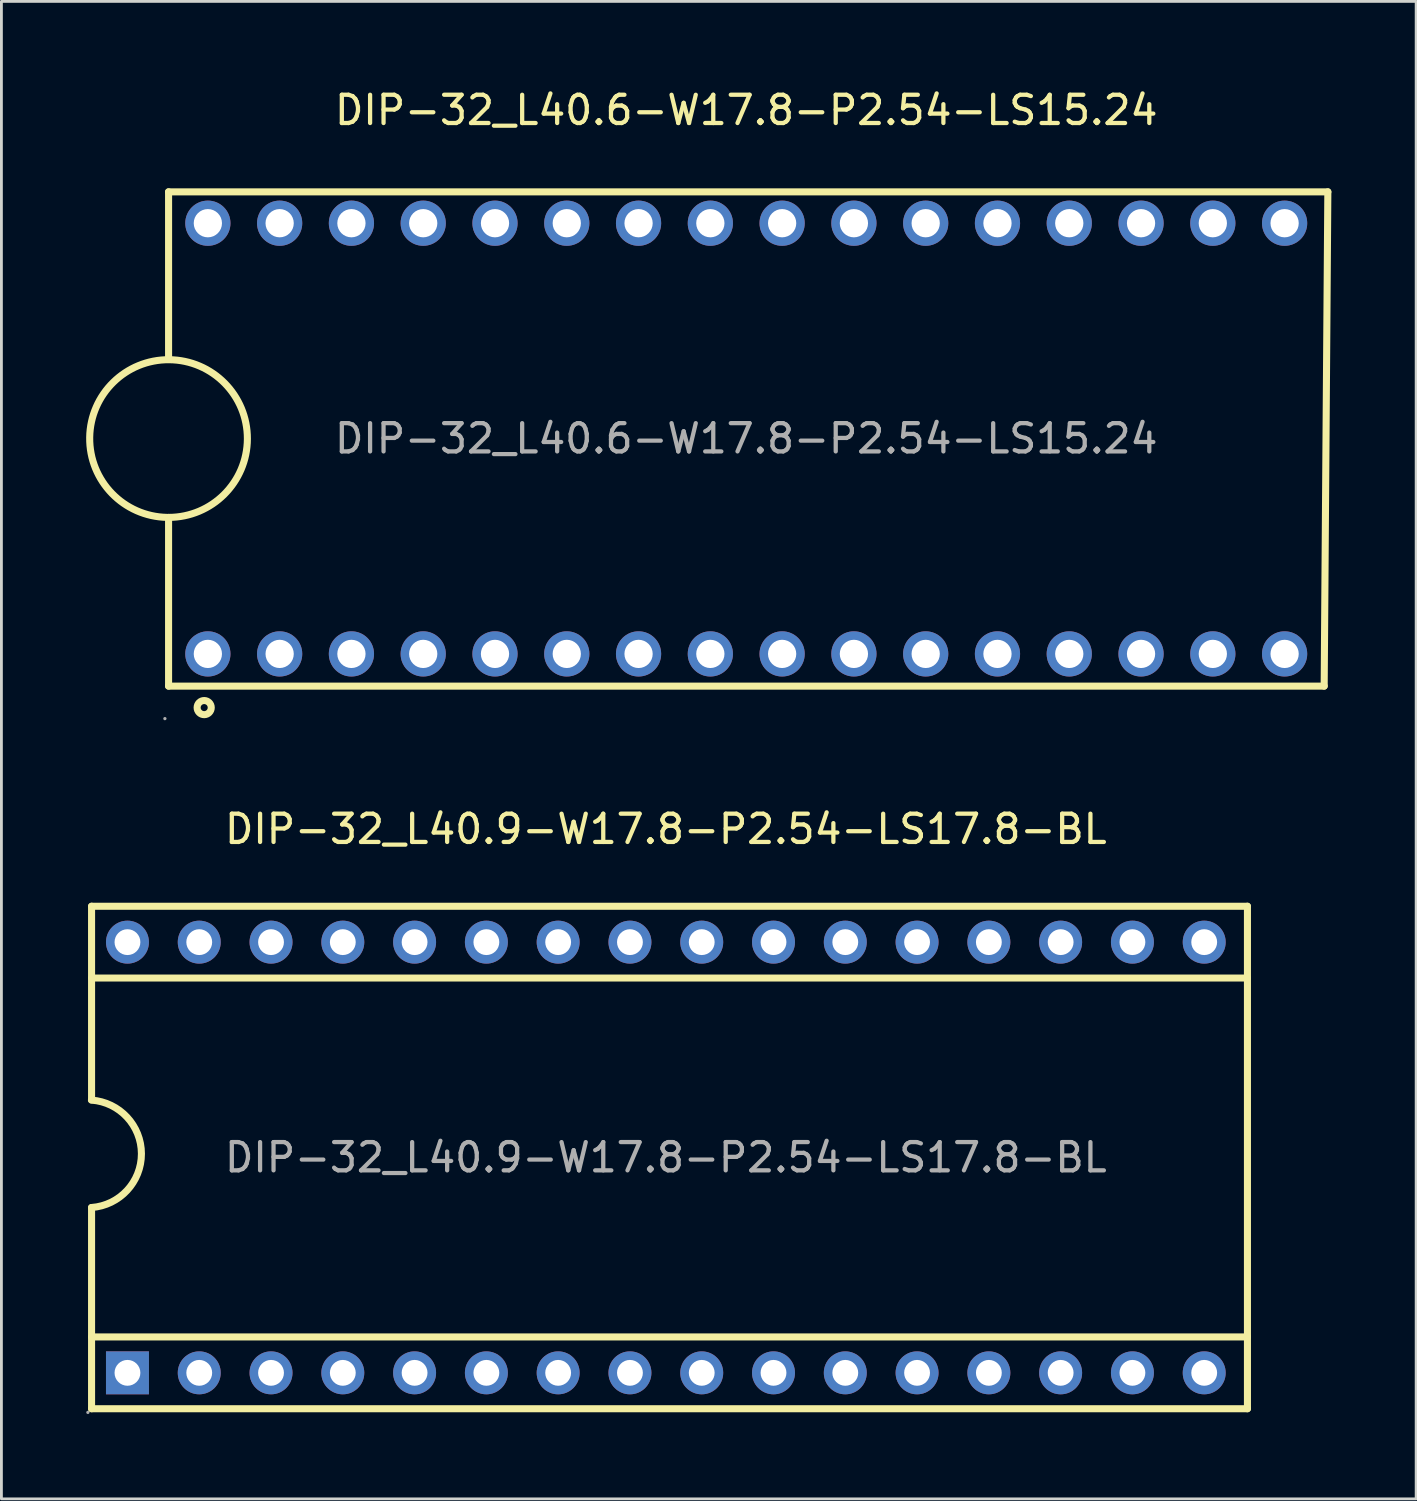
<source format=kicad_pcb>
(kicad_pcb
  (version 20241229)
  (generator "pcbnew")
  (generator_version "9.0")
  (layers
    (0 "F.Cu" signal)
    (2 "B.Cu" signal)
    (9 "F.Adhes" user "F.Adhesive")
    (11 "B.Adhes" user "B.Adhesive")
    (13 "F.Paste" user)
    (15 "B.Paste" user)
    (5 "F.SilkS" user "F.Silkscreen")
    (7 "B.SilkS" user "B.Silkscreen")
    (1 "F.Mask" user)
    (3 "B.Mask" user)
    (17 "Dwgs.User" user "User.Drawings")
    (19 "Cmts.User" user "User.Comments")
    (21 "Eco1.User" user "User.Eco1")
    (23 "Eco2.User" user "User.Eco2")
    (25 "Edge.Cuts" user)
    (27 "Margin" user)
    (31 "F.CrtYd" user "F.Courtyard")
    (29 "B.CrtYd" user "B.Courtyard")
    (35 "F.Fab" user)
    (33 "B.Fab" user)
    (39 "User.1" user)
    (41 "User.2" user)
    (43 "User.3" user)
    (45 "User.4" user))
  (footprint "DIP-32_L40.6-W17.8-P2.54-LS15.24"
    (layer "F.Cu")
    (at 23.355 12.468)
    (property "Reference" "DIP-32_L40.6-W17.8-P2.54-LS15.24" (at 0 -11.62 0) (layer "F.SilkS") (effects (font (size 1 1) (thickness 0.15))))
    (attr through_hole)
    (fp_line (start -20.44 -8.73) (end -20.44 -2.8) (stroke (width 0.25) (type solid)) (layer "F.SilkS"))
    (fp_line (start -20.44 8.76) (end -20.44 2.79) (stroke (width 0.25) (type solid)) (layer "F.SilkS"))
    (fp_line (start 20.45 8.76) (end -20.44 8.76) (stroke (width 0.25) (type solid)) (layer "F.SilkS"))
    (fp_line (start 20.45 8.76) (end 20.58 -8.73) (stroke (width 0.25) (type solid)) (layer "F.SilkS"))
    (fp_line (start 20.58 -8.73) (end -20.44 -8.73) (stroke (width 0.25) (type solid)) (layer "F.SilkS"))
    (fp_arc (start -20.488692 2.789575) (mid -20.415653 -2.789894) (end -20.44 2.79) (stroke (width 0.25) (type solid)) (layer "F.SilkS"))
    (fp_circle (center -19.18 9.52) (end -18.93 9.52) (stroke (width 0.25) (type solid)) (fill no) (layer "F.SilkS"))
    (fp_circle (center -20.57 9.91) (end -20.54 9.91) (stroke (width 0.06) (type solid)) (fill no) (layer "F.Fab"))
    (fp_circle (center -19.05 -7.62) (end -18.85 -7.62) (stroke (width 0.4) (type solid)) (fill no) (layer "F.Fab"))
    (fp_circle (center -19.05 7.62) (end -18.85 7.62) (stroke (width 0.4) (type solid)) (fill no) (layer "F.Fab"))
    (fp_circle (center -16.51 -7.62) (end -16.31 -7.62) (stroke (width 0.4) (type solid)) (fill no) (layer "F.Fab"))
    (fp_circle (center -16.51 7.62) (end -16.31 7.62) (stroke (width 0.4) (type solid)) (fill no) (layer "F.Fab"))
    (fp_circle (center -13.97 -7.62) (end -13.77 -7.62) (stroke (width 0.4) (type solid)) (fill no) (layer "F.Fab"))
    (fp_circle (center -13.97 7.62) (end -13.77 7.62) (stroke (width 0.4) (type solid)) (fill no) (layer "F.Fab"))
    (fp_circle (center -11.43 -7.62) (end -11.23 -7.62) (stroke (width 0.4) (type solid)) (fill no) (layer "F.Fab"))
    (fp_circle (center -11.43 7.62) (end -11.23 7.62) (stroke (width 0.4) (type solid)) (fill no) (layer "F.Fab"))
    (fp_circle (center -8.89 -7.62) (end -8.69 -7.62) (stroke (width 0.4) (type solid)) (fill no) (layer "F.Fab"))
    (fp_circle (center -8.89 7.62) (end -8.69 7.62) (stroke (width 0.4) (type solid)) (fill no) (layer "F.Fab"))
    (fp_circle (center -6.35 -7.62) (end -6.15 -7.62) (stroke (width 0.4) (type solid)) (fill no) (layer "F.Fab"))
    (fp_circle (center -6.35 7.62) (end -6.15 7.62) (stroke (width 0.4) (type solid)) (fill no) (layer "F.Fab"))
    (fp_circle (center -3.81 -7.62) (end -3.61 -7.62) (stroke (width 0.4) (type solid)) (fill no) (layer "F.Fab"))
    (fp_circle (center -3.81 7.62) (end -3.61 7.62) (stroke (width 0.4) (type solid)) (fill no) (layer "F.Fab"))
    (fp_circle (center -1.27 -7.62) (end -1.07 -7.62) (stroke (width 0.4) (type solid)) (fill no) (layer "F.Fab"))
    (fp_circle (center -1.27 7.62) (end -1.07 7.62) (stroke (width 0.4) (type solid)) (fill no) (layer "F.Fab"))
    (fp_circle (center 1.27 -7.62) (end 1.47 -7.62) (stroke (width 0.4) (type solid)) (fill no) (layer "F.Fab"))
    (fp_circle (center 1.27 7.62) (end 1.47 7.62) (stroke (width 0.4) (type solid)) (fill no) (layer "F.Fab"))
    (fp_circle (center 3.81 -7.62) (end 4.01 -7.62) (stroke (width 0.4) (type solid)) (fill no) (layer "F.Fab"))
    (fp_circle (center 3.81 7.62) (end 4.01 7.62) (stroke (width 0.4) (type solid)) (fill no) (layer "F.Fab"))
    (fp_circle (center 6.35 -7.62) (end 6.55 -7.62) (stroke (width 0.4) (type solid)) (fill no) (layer "F.Fab"))
    (fp_circle (center 6.35 7.62) (end 6.55 7.62) (stroke (width 0.4) (type solid)) (fill no) (layer "F.Fab"))
    (fp_circle (center 8.89 -7.62) (end 9.09 -7.62) (stroke (width 0.4) (type solid)) (fill no) (layer "F.Fab"))
    (fp_circle (center 8.89 7.62) (end 9.09 7.62) (stroke (width 0.4) (type solid)) (fill no) (layer "F.Fab"))
    (fp_circle (center 11.43 -7.62) (end 11.63 -7.62) (stroke (width 0.4) (type solid)) (fill no) (layer "F.Fab"))
    (fp_circle (center 11.43 7.62) (end 11.63 7.62) (stroke (width 0.4) (type solid)) (fill no) (layer "F.Fab"))
    (fp_circle (center 13.97 -7.62) (end 14.17 -7.62) (stroke (width 0.4) (type solid)) (fill no) (layer "F.Fab"))
    (fp_circle (center 13.97 7.62) (end 14.17 7.62) (stroke (width 0.4) (type solid)) (fill no) (layer "F.Fab"))
    (fp_circle (center 16.51 -7.62) (end 16.71 -7.62) (stroke (width 0.4) (type solid)) (fill no) (layer "F.Fab"))
    (fp_circle (center 16.51 7.62) (end 16.71 7.62) (stroke (width 0.4) (type solid)) (fill no) (layer "F.Fab"))
    (fp_circle (center 19.05 -7.62) (end 19.25 -7.62) (stroke (width 0.4) (type solid)) (fill no) (layer "F.Fab"))
    (fp_circle (center 19.05 7.62) (end 19.25 7.62) (stroke (width 0.4) (type solid)) (fill no) (layer "F.Fab"))
    (fp_text user "${REFERENCE}" (at 0 0 0) (layer "F.Fab") (effects (font (size 1 1) (thickness 0.15))))
    (pad "1" thru_hole circle (at -19.05 7.62 90) (size 1.6 1.6) (drill 1) (layers "*.Cu" "*.Paste" "*.Mask"))
    (pad "2" thru_hole circle (at -16.51 7.62 90) (size 1.6 1.6) (drill 1) (layers "*.Cu" "*.Paste" "*.Mask"))
    (pad "3" thru_hole circle (at -13.97 7.62 90) (size 1.6 1.6) (drill 1) (layers "*.Cu" "*.Paste" "*.Mask"))
    (pad "4" thru_hole circle (at -11.43 7.62 90) (size 1.6 1.6) (drill 1) (layers "*.Cu" "*.Paste" "*.Mask"))
    (pad "5" thru_hole circle (at -8.89 7.62 90) (size 1.6 1.6) (drill 1) (layers "*.Cu" "*.Paste" "*.Mask"))
    (pad "6" thru_hole circle (at -6.35 7.62 90) (size 1.6 1.6) (drill 1) (layers "*.Cu" "*.Paste" "*.Mask"))
    (pad "7" thru_hole circle (at -3.81 7.62 90) (size 1.6 1.6) (drill 1) (layers "*.Cu" "*.Paste" "*.Mask"))
    (pad "8" thru_hole circle (at -1.27 7.62 90) (size 1.6 1.6) (drill 1) (layers "*.Cu" "*.Paste" "*.Mask"))
    (pad "9" thru_hole circle (at 1.27 7.62 90) (size 1.6 1.6) (drill 1) (layers "*.Cu" "*.Paste" "*.Mask"))
    (pad "10" thru_hole circle (at 3.81 7.62 90) (size 1.6 1.6) (drill 1) (layers "*.Cu" "*.Paste" "*.Mask"))
    (pad "11" thru_hole circle (at 6.35 7.62 90) (size 1.6 1.6) (drill 1) (layers "*.Cu" "*.Paste" "*.Mask"))
    (pad "12" thru_hole circle (at 8.89 7.62 90) (size 1.6 1.6) (drill 1) (layers "*.Cu" "*.Paste" "*.Mask"))
    (pad "13" thru_hole circle (at 11.43 7.62 90) (size 1.6 1.6) (drill 1) (layers "*.Cu" "*.Paste" "*.Mask"))
    (pad "14" thru_hole circle (at 13.97 7.62 90) (size 1.6 1.6) (drill 1) (layers "*.Cu" "*.Paste" "*.Mask"))
    (pad "15" thru_hole circle (at 16.51 7.62 90) (size 1.6 1.6) (drill 1) (layers "*.Cu" "*.Paste" "*.Mask"))
    (pad "16" thru_hole circle (at 19.05 7.62 90) (size 1.6 1.6) (drill 1) (layers "*.Cu" "*.Paste" "*.Mask"))
    (pad "17" thru_hole circle (at 19.05 -7.62 90) (size 1.6 1.6) (drill 1) (layers "*.Cu" "*.Paste" "*.Mask"))
    (pad "18" thru_hole circle (at 16.51 -7.62 90) (size 1.6 1.6) (drill 1) (layers "*.Cu" "*.Paste" "*.Mask"))
    (pad "19" thru_hole circle (at 13.97 -7.62 90) (size 1.6 1.6) (drill 1) (layers "*.Cu" "*.Paste" "*.Mask"))
    (pad "20" thru_hole circle (at 11.43 -7.62 90) (size 1.6 1.6) (drill 1) (layers "*.Cu" "*.Paste" "*.Mask"))
    (pad "21" thru_hole circle (at 8.89 -7.62 90) (size 1.6 1.6) (drill 1) (layers "*.Cu" "*.Paste" "*.Mask"))
    (pad "22" thru_hole circle (at 6.35 -7.62 90) (size 1.6 1.6) (drill 1) (layers "*.Cu" "*.Paste" "*.Mask"))
    (pad "23" thru_hole circle (at 3.81 -7.62 90) (size 1.6 1.6) (drill 1) (layers "*.Cu" "*.Paste" "*.Mask"))
    (pad "24" thru_hole circle (at 1.27 -7.62 90) (size 1.6 1.6) (drill 1) (layers "*.Cu" "*.Paste" "*.Mask"))
    (pad "25" thru_hole circle (at -1.27 -7.62 90) (size 1.6 1.6) (drill 1) (layers "*.Cu" "*.Paste" "*.Mask"))
    (pad "26" thru_hole circle (at -3.81 -7.62 90) (size 1.6 1.6) (drill 1) (layers "*.Cu" "*.Paste" "*.Mask"))
    (pad "27" thru_hole circle (at -6.35 -7.62 90) (size 1.6 1.6) (drill 1) (layers "*.Cu" "*.Paste" "*.Mask"))
    (pad "28" thru_hole circle (at -8.89 -7.62 90) (size 1.6 1.6) (drill 1) (layers "*.Cu" "*.Paste" "*.Mask"))
    (pad "29" thru_hole circle (at -11.43 -7.62 90) (size 1.6 1.6) (drill 1) (layers "*.Cu" "*.Paste" "*.Mask"))
    (pad "30" thru_hole circle (at -13.97 -7.62 90) (size 1.6 1.6) (drill 1) (layers "*.Cu" "*.Paste" "*.Mask"))
    (pad "31" thru_hole circle (at -16.51 -7.62 90) (size 1.6 1.6) (drill 1) (layers "*.Cu" "*.Paste" "*.Mask"))
    (pad "32" thru_hole circle (at -19.05 -7.62 90) (size 1.6 1.6) (drill 1) (layers "*.Cu" "*.Paste" "*.Mask")))
  (footprint "DIP-32_L40.9-W17.8-P2.54-LS17.8-BL"
    (layer "F.Cu")
    (at 20.51 37.907)
    (property "Reference" "DIP-32_L40.9-W17.8-P2.54-LS17.8-BL" (at 0 -11.62 0) (layer "F.SilkS") (effects (font (size 1 1) (thickness 0.15))))
    (attr through_hole)
    (fp_line (start -20.32 -8.89) (end 20.58 -8.89) (stroke (width 0.25) (type solid)) (layer "F.SilkS"))
    (fp_line (start -20.32 -6.35) (end 20.58 -6.35) (stroke (width 0.25) (type solid)) (layer "F.SilkS"))
    (fp_line (start -20.32 -2.04) (end -20.32 -8.89) (stroke (width 0.25) (type solid)) (layer "F.SilkS"))
    (fp_line (start -20.32 6.35) (end 20.58 6.35) (stroke (width 0.25) (type solid)) (layer "F.SilkS"))
    (fp_line (start -20.32 8.89) (end -20.32 1.77) (stroke (width 0.25) (type solid)) (layer "F.SilkS"))
    (fp_line (start 20.58 -8.89) (end 20.58 8.89) (stroke (width 0.25) (type solid)) (layer "F.SilkS"))
    (fp_line (start 20.58 8.89) (end -20.32 8.89) (stroke (width 0.25) (type solid)) (layer "F.SilkS"))
    (fp_arc (start -20.324588 -2.030333) (mid -18.55485 -0.1323) (end -20.32 1.77) (stroke (width 0.25) (type solid)) (layer "F.SilkS"))
    (fp_circle (center -20.45 9.02) (end -20.42 9.02) (stroke (width 0.06) (type solid)) (fill no) (layer "F.Fab"))
    (fp_circle (center -19.05 -7.62) (end -18.87 -7.62) (stroke (width 0.36) (type solid)) (fill no) (layer "F.Fab"))
    (fp_circle (center -19.05 7.62) (end -18.87 7.62) (stroke (width 0.36) (type solid)) (fill no) (layer "F.Fab"))
    (fp_circle (center -16.51 -7.62) (end -16.33 -7.62) (stroke (width 0.36) (type solid)) (fill no) (layer "F.Fab"))
    (fp_circle (center -16.51 7.62) (end -16.33 7.62) (stroke (width 0.36) (type solid)) (fill no) (layer "F.Fab"))
    (fp_circle (center -13.97 -7.62) (end -13.79 -7.62) (stroke (width 0.36) (type solid)) (fill no) (layer "F.Fab"))
    (fp_circle (center -13.97 7.62) (end -13.79 7.62) (stroke (width 0.36) (type solid)) (fill no) (layer "F.Fab"))
    (fp_circle (center -11.43 -7.62) (end -11.25 -7.62) (stroke (width 0.36) (type solid)) (fill no) (layer "F.Fab"))
    (fp_circle (center -11.43 7.62) (end -11.25 7.62) (stroke (width 0.36) (type solid)) (fill no) (layer "F.Fab"))
    (fp_circle (center -8.89 -7.62) (end -8.71 -7.62) (stroke (width 0.36) (type solid)) (fill no) (layer "F.Fab"))
    (fp_circle (center -8.89 7.62) (end -8.71 7.62) (stroke (width 0.36) (type solid)) (fill no) (layer "F.Fab"))
    (fp_circle (center -6.35 -7.62) (end -6.17 -7.62) (stroke (width 0.36) (type solid)) (fill no) (layer "F.Fab"))
    (fp_circle (center -6.35 7.62) (end -6.17 7.62) (stroke (width 0.36) (type solid)) (fill no) (layer "F.Fab"))
    (fp_circle (center -3.81 -7.62) (end -3.63 -7.62) (stroke (width 0.36) (type solid)) (fill no) (layer "F.Fab"))
    (fp_circle (center -3.81 7.62) (end -3.63 7.62) (stroke (width 0.36) (type solid)) (fill no) (layer "F.Fab"))
    (fp_circle (center -1.27 -7.62) (end -1.09 -7.62) (stroke (width 0.36) (type solid)) (fill no) (layer "F.Fab"))
    (fp_circle (center -1.27 7.62) (end -1.09 7.62) (stroke (width 0.36) (type solid)) (fill no) (layer "F.Fab"))
    (fp_circle (center 1.27 -7.62) (end 1.45 -7.62) (stroke (width 0.36) (type solid)) (fill no) (layer "F.Fab"))
    (fp_circle (center 1.27 7.62) (end 1.45 7.62) (stroke (width 0.36) (type solid)) (fill no) (layer "F.Fab"))
    (fp_circle (center 3.81 -7.62) (end 3.99 -7.62) (stroke (width 0.36) (type solid)) (fill no) (layer "F.Fab"))
    (fp_circle (center 3.81 7.62) (end 3.99 7.62) (stroke (width 0.36) (type solid)) (fill no) (layer "F.Fab"))
    (fp_circle (center 6.35 -7.62) (end 6.53 -7.62) (stroke (width 0.36) (type solid)) (fill no) (layer "F.Fab"))
    (fp_circle (center 6.35 7.62) (end 6.53 7.62) (stroke (width 0.36) (type solid)) (fill no) (layer "F.Fab"))
    (fp_circle (center 8.89 -7.62) (end 9.07 -7.62) (stroke (width 0.36) (type solid)) (fill no) (layer "F.Fab"))
    (fp_circle (center 8.89 7.62) (end 9.07 7.62) (stroke (width 0.36) (type solid)) (fill no) (layer "F.Fab"))
    (fp_circle (center 11.43 -7.62) (end 11.61 -7.62) (stroke (width 0.36) (type solid)) (fill no) (layer "F.Fab"))
    (fp_circle (center 11.43 7.62) (end 11.61 7.62) (stroke (width 0.36) (type solid)) (fill no) (layer "F.Fab"))
    (fp_circle (center 13.97 -7.62) (end 14.15 -7.62) (stroke (width 0.36) (type solid)) (fill no) (layer "F.Fab"))
    (fp_circle (center 13.97 7.62) (end 14.15 7.62) (stroke (width 0.36) (type solid)) (fill no) (layer "F.Fab"))
    (fp_circle (center 16.51 -7.62) (end 16.69 -7.62) (stroke (width 0.36) (type solid)) (fill no) (layer "F.Fab"))
    (fp_circle (center 16.51 7.62) (end 16.69 7.62) (stroke (width 0.36) (type solid)) (fill no) (layer "F.Fab"))
    (fp_circle (center 19.05 -7.62) (end 19.23 -7.62) (stroke (width 0.36) (type solid)) (fill no) (layer "F.Fab"))
    (fp_circle (center 19.05 7.62) (end 19.23 7.62) (stroke (width 0.36) (type solid)) (fill no) (layer "F.Fab"))
    (fp_text user "${REFERENCE}" (at 0 0 0) (layer "F.Fab") (effects (font (size 1 1) (thickness 0.15))))
    (pad "1" thru_hole rect (at -19.05 7.62 90) (size 1.52 1.52) (drill 0.914) (layers "*.Cu" "*.Paste" "*.Mask"))
    (pad "2" thru_hole circle (at -16.51 7.62 90) (size 1.52 1.52) (drill 0.914) (layers "*.Cu" "*.Paste" "*.Mask"))
    (pad "3" thru_hole circle (at -13.97 7.62 90) (size 1.52 1.52) (drill 0.914) (layers "*.Cu" "*.Paste" "*.Mask"))
    (pad "4" thru_hole circle (at -11.43 7.62 90) (size 1.52 1.52) (drill 0.914) (layers "*.Cu" "*.Paste" "*.Mask"))
    (pad "5" thru_hole circle (at -8.89 7.62 90) (size 1.52 1.52) (drill 0.914) (layers "*.Cu" "*.Paste" "*.Mask"))
    (pad "6" thru_hole circle (at -6.35 7.62 90) (size 1.52 1.52) (drill 0.914) (layers "*.Cu" "*.Paste" "*.Mask"))
    (pad "7" thru_hole circle (at -3.81 7.62 90) (size 1.52 1.52) (drill 0.914) (layers "*.Cu" "*.Paste" "*.Mask"))
    (pad "8" thru_hole circle (at -1.27 7.62 90) (size 1.52 1.52) (drill 0.914) (layers "*.Cu" "*.Paste" "*.Mask"))
    (pad "9" thru_hole circle (at 1.27 7.62 90) (size 1.52 1.52) (drill 0.914) (layers "*.Cu" "*.Paste" "*.Mask"))
    (pad "10" thru_hole circle (at 3.81 7.62 90) (size 1.52 1.52) (drill 0.914) (layers "*.Cu" "*.Paste" "*.Mask"))
    (pad "11" thru_hole circle (at 6.35 7.62 90) (size 1.52 1.52) (drill 0.914) (layers "*.Cu" "*.Paste" "*.Mask"))
    (pad "12" thru_hole circle (at 8.89 7.62 90) (size 1.52 1.52) (drill 0.914) (layers "*.Cu" "*.Paste" "*.Mask"))
    (pad "13" thru_hole circle (at 11.43 7.62 90) (size 1.52 1.52) (drill 0.914) (layers "*.Cu" "*.Paste" "*.Mask"))
    (pad "14" thru_hole circle (at 13.97 7.62 90) (size 1.52 1.52) (drill 0.914) (layers "*.Cu" "*.Paste" "*.Mask"))
    (pad "15" thru_hole circle (at 16.51 7.62 90) (size 1.52 1.52) (drill 0.914) (layers "*.Cu" "*.Paste" "*.Mask"))
    (pad "16" thru_hole circle (at 19.05 7.62 90) (size 1.52 1.52) (drill 0.914) (layers "*.Cu" "*.Paste" "*.Mask"))
    (pad "17" thru_hole circle (at 19.05 -7.62 90) (size 1.52 1.52) (drill 0.914) (layers "*.Cu" "*.Paste" "*.Mask"))
    (pad "18" thru_hole circle (at 16.51 -7.62 90) (size 1.52 1.52) (drill 0.914) (layers "*.Cu" "*.Paste" "*.Mask"))
    (pad "19" thru_hole circle (at 13.97 -7.62 90) (size 1.52 1.52) (drill 0.914) (layers "*.Cu" "*.Paste" "*.Mask"))
    (pad "20" thru_hole circle (at 11.43 -7.62 90) (size 1.52 1.52) (drill 0.914) (layers "*.Cu" "*.Paste" "*.Mask"))
    (pad "21" thru_hole circle (at 8.89 -7.62 90) (size 1.52 1.52) (drill 0.914) (layers "*.Cu" "*.Paste" "*.Mask"))
    (pad "22" thru_hole circle (at 6.35 -7.62 90) (size 1.52 1.52) (drill 0.914) (layers "*.Cu" "*.Paste" "*.Mask"))
    (pad "23" thru_hole circle (at 3.81 -7.62 90) (size 1.52 1.52) (drill 0.914) (layers "*.Cu" "*.Paste" "*.Mask"))
    (pad "24" thru_hole circle (at 1.27 -7.62 90) (size 1.52 1.52) (drill 0.914) (layers "*.Cu" "*.Paste" "*.Mask"))
    (pad "25" thru_hole circle (at -1.27 -7.62 90) (size 1.52 1.52) (drill 0.914) (layers "*.Cu" "*.Paste" "*.Mask"))
    (pad "26" thru_hole circle (at -3.81 -7.62 90) (size 1.52 1.52) (drill 0.914) (layers "*.Cu" "*.Paste" "*.Mask"))
    (pad "27" thru_hole circle (at -6.35 -7.62 90) (size 1.52 1.52) (drill 0.914) (layers "*.Cu" "*.Paste" "*.Mask"))
    (pad "28" thru_hole circle (at -8.89 -7.62 90) (size 1.52 1.52) (drill 0.914) (layers "*.Cu" "*.Paste" "*.Mask"))
    (pad "29" thru_hole circle (at -11.43 -7.62 90) (size 1.52 1.52) (drill 0.914) (layers "*.Cu" "*.Paste" "*.Mask"))
    (pad "30" thru_hole circle (at -13.97 -7.62 90) (size 1.52 1.52) (drill 0.914) (layers "*.Cu" "*.Paste" "*.Mask"))
    (pad "31" thru_hole circle (at -16.51 -7.62 90) (size 1.52 1.52) (drill 0.914) (layers "*.Cu" "*.Paste" "*.Mask"))
    (pad "32" thru_hole circle (at -19.05 -7.62 90) (size 1.52 1.52) (drill 0.914) (layers "*.Cu" "*.Paste" "*.Mask")))
  (gr_rect
    (start -3 -3)
    (end 47.06 49.986)
    (stroke (width 0.1) (type default))
    (fill no)
    (layer "Edge.Cuts")))
</source>
